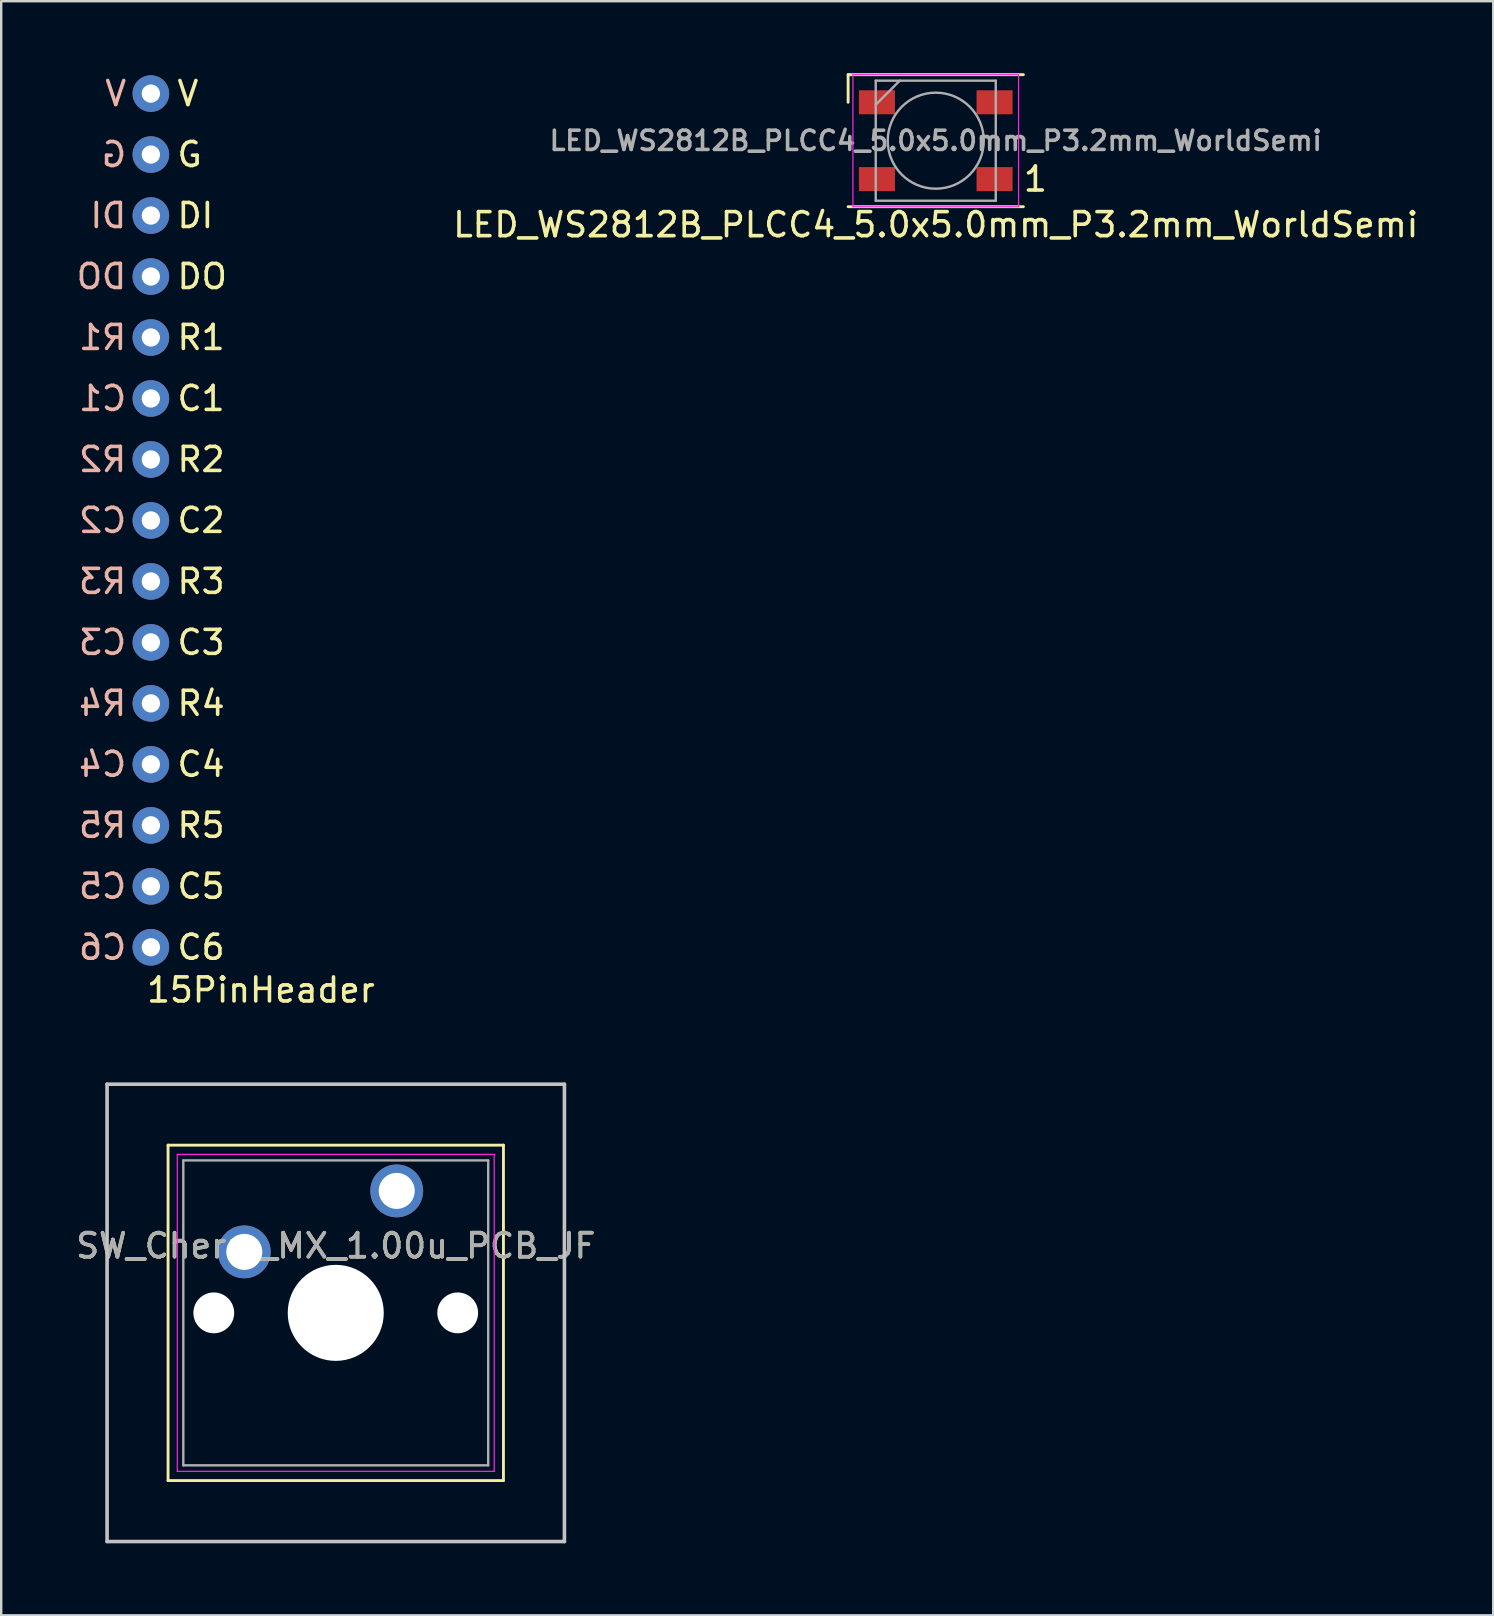
<source format=kicad_pcb>
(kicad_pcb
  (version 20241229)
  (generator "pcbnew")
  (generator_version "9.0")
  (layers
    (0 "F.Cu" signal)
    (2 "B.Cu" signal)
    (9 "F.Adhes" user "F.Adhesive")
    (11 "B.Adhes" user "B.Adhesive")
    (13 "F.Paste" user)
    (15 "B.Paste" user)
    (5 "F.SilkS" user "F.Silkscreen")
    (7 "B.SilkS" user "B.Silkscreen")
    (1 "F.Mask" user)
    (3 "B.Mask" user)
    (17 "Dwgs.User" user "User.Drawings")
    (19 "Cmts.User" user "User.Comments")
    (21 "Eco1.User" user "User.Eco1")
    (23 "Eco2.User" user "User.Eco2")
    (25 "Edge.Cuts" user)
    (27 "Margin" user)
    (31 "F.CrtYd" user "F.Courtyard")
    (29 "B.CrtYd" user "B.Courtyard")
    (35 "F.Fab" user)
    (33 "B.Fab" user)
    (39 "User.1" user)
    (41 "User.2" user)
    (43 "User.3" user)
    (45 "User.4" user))
  (footprint "SW_Cherry_MX_1.00u_PCB_JF"
    (layer "F.Cu")
    (at 10.935 51.635)
    (property "Reference" "SW_Cherry_MX_1.00u_PCB_JF" (at 0 -2.794 0) (layer "F.SilkS") (effects (font (size 1 1) (thickness 0.15))))
    (attr through_hole)
    (fp_line (start -6.985 -6.985) (end 6.985 -6.985) (stroke (width 0.12) (type solid)) (layer "F.SilkS"))
    (fp_line (start -6.985 6.985) (end -6.985 -6.985) (stroke (width 0.12) (type solid)) (layer "F.SilkS"))
    (fp_line (start 6.985 -6.985) (end 6.985 6.985) (stroke (width 0.12) (type solid)) (layer "F.SilkS"))
    (fp_line (start 6.985 6.985) (end -6.985 6.985) (stroke (width 0.12) (type solid)) (layer "F.SilkS"))
    (fp_line (start -9.525 -9.525) (end 9.525 -9.525) (stroke (width 0.15) (type solid)) (layer "Dwgs.User"))
    (fp_line (start -9.525 9.525) (end -9.525 -9.525) (stroke (width 0.15) (type solid)) (layer "Dwgs.User"))
    (fp_line (start 9.525 -9.525) (end 9.525 9.525) (stroke (width 0.15) (type solid)) (layer "Dwgs.User"))
    (fp_line (start 9.525 9.525) (end -9.525 9.525) (stroke (width 0.15) (type solid)) (layer "Dwgs.User"))
    (fp_line (start -6.6 -6.6) (end 6.6 -6.6) (stroke (width 0.05) (type solid)) (layer "F.CrtYd"))
    (fp_line (start -6.6 6.6) (end -6.6 -6.6) (stroke (width 0.05) (type solid)) (layer "F.CrtYd"))
    (fp_line (start 6.6 -6.6) (end 6.6 6.6) (stroke (width 0.05) (type solid)) (layer "F.CrtYd"))
    (fp_line (start 6.6 6.6) (end -6.6 6.6) (stroke (width 0.05) (type solid)) (layer "F.CrtYd"))
    (fp_line (start -6.35 -6.35) (end 6.35 -6.35) (stroke (width 0.1) (type solid)) (layer "F.Fab"))
    (fp_line (start -6.35 6.35) (end -6.35 -6.35) (stroke (width 0.1) (type solid)) (layer "F.Fab"))
    (fp_line (start 6.35 -6.35) (end 6.35 6.35) (stroke (width 0.1) (type solid)) (layer "F.Fab"))
    (fp_line (start 6.35 6.35) (end -6.35 6.35) (stroke (width 0.1) (type solid)) (layer "F.Fab"))
    (fp_text user "${REFERENCE}" (at 0 -2.794 0) (layer "F.Fab") (effects (font (size 1 1) (thickness 0.15))))
    (pad "" np_thru_hole circle (at -5.08 0) (size 1.7 1.7) (drill 1.7) (layers "*.Cu" "*.Mask"))
    (pad "" np_thru_hole circle (at 0 0) (size 4 4) (drill 4) (layers "*.Cu" "*.Mask"))
    (pad "" np_thru_hole circle (at 5.08 0) (size 1.7 1.7) (drill 1.7) (layers "*.Cu" "*.Mask"))
    (pad "1" thru_hole circle (at 2.54 -5.08) (size 2.2 2.2) (drill 1.5) (layers "*.Cu" "*.Mask"))
    (pad "2" thru_hole circle (at -3.81 -2.54) (size 2.2 2.2) (drill 1.5) (layers "*.Cu" "*.Mask")))
  (footprint "15PinHeader"
    (layer "F.Cu")
    (at 3.234 0.848)
    (property "Reference" "15PinHeader" (at -0.254 37.338 0) (layer "F.SilkS") (effects (font (size 1 1) (thickness 0.15)) (justify left)))
    (attr through_hole)
    (fp_text user "R2" (at 1.016 15.24 0) (layer "F.SilkS") (effects (font (size 1 1) (thickness 0.15)) (justify left)))
    (fp_text user "DI" (at 1.016 5.08 0) (layer "F.SilkS") (effects (font (size 1 1) (thickness 0.15)) (justify left)))
    (fp_text user "V" (at 1.016 0 0) (layer "F.SilkS") (effects (font (size 1 1) (thickness 0.15)) (justify left)))
    (fp_text user "C6" (at 1.016 35.56 0) (layer "F.SilkS") (effects (font (size 1 1) (thickness 0.15)) (justify left)))
    (fp_text user "C1" (at 1.016 12.7 0) (layer "F.SilkS") (effects (font (size 1 1) (thickness 0.15)) (justify left)))
    (fp_text user "R3" (at 1.016 20.32 0) (layer "F.SilkS") (effects (font (size 1 1) (thickness 0.15)) (justify left)))
    (fp_text user "C3" (at 1.016 22.86 0) (layer "F.SilkS") (effects (font (size 1 1) (thickness 0.15)) (justify left)))
    (fp_text user "G" (at 1.016 2.54 0) (layer "F.SilkS") (effects (font (size 1 1) (thickness 0.15)) (justify left)))
    (fp_text user "C5" (at 1.016 33.02 0) (layer "F.SilkS") (effects (font (size 1 1) (thickness 0.15)) (justify left)))
    (fp_text user "DO" (at 1.016 7.62 0) (layer "F.SilkS") (effects (font (size 1 1) (thickness 0.15)) (justify left)))
    (fp_text user "R4" (at 1.016 25.4 0) (layer "F.SilkS") (effects (font (size 1 1) (thickness 0.15)) (justify left)))
    (fp_text user "C2" (at 1.016 17.78 0) (layer "F.SilkS") (effects (font (size 1 1) (thickness 0.15)) (justify left)))
    (fp_text user "R5" (at 1.016 30.48 0) (layer "F.SilkS") (effects (font (size 1 1) (thickness 0.15)) (justify left)))
    (fp_text user "C4" (at 1.016 27.94 0) (layer "F.SilkS") (effects (font (size 1 1) (thickness 0.15)) (justify left)))
    (fp_text user "R1" (at 1.016 10.16 0) (layer "F.SilkS") (effects (font (size 1 1) (thickness 0.15)) (justify left)))
    (fp_text user "C1" (at -0.936 12.7 0) (layer "B.SilkS") (effects (font (size 1 1) (thickness 0.15)) (justify left mirror)))
    (fp_text user "V" (at -0.936 0 0) (layer "B.SilkS") (effects (font (size 1 1) (thickness 0.15)) (justify left mirror)))
    (fp_text user "C5" (at -0.936 33.02 0) (layer "B.SilkS") (effects (font (size 1 1) (thickness 0.15)) (justify left mirror)))
    (fp_text user "R3" (at -0.936 20.32 0) (layer "B.SilkS") (effects (font (size 1 1) (thickness 0.15)) (justify left mirror)))
    (fp_text user "R1" (at -0.936 10.16 0) (layer "B.SilkS") (effects (font (size 1 1) (thickness 0.15)) (justify left mirror)))
    (fp_text user "C2" (at -0.936 17.78 0) (layer "B.SilkS") (effects (font (size 1 1) (thickness 0.15)) (justify left mirror)))
    (fp_text user "DI" (at -0.936 5.08 0) (layer "B.SilkS") (effects (font (size 1 1) (thickness 0.15)) (justify left mirror)))
    (fp_text user "G" (at -0.936 2.54 0) (layer "B.SilkS") (effects (font (size 1 1) (thickness 0.15)) (justify left mirror)))
    (fp_text user "R2" (at -0.936 15.24 0) (layer "B.SilkS") (effects (font (size 1 1) (thickness 0.15)) (justify left mirror)))
    (fp_text user "C3" (at -0.936 22.86 0) (layer "B.SilkS") (effects (font (size 1 1) (thickness 0.15)) (justify left mirror)))
    (fp_text user "DO" (at -0.936 7.62 0) (layer "B.SilkS") (effects (font (size 1 1) (thickness 0.15)) (justify left mirror)))
    (fp_text user "C6" (at -0.936 35.56 0) (layer "B.SilkS") (effects (font (size 1 1) (thickness 0.15)) (justify left mirror)))
    (fp_text user "R5" (at -0.936 30.48 0) (layer "B.SilkS") (effects (font (size 1 1) (thickness 0.15)) (justify left mirror)))
    (fp_text user "C4" (at -0.936 27.94 0) (layer "B.SilkS") (effects (font (size 1 1) (thickness 0.15)) (justify left mirror)))
    (fp_text user "R4" (at -0.936 25.4 0) (layer "B.SilkS") (effects (font (size 1 1) (thickness 0.15)) (justify left mirror)))
    (pad "1" thru_hole circle (at 0 0) (size 1.524 1.524) (drill 0.762) (layers "*.Cu" "*.Mask"))
    (pad "2" thru_hole circle (at 0 2.54) (size 1.524 1.524) (drill 0.762) (layers "*.Cu" "*.Mask"))
    (pad "3" thru_hole circle (at 0 5.08) (size 1.524 1.524) (drill 0.762) (layers "*.Cu" "*.Mask"))
    (pad "4" thru_hole circle (at 0 7.62) (size 1.524 1.524) (drill 0.762) (layers "*.Cu" "*.Mask"))
    (pad "5" thru_hole circle (at 0 10.16) (size 1.524 1.524) (drill 0.762) (layers "*.Cu" "*.Mask"))
    (pad "6" thru_hole circle (at 0 12.7) (size 1.524 1.524) (drill 0.762) (layers "*.Cu" "*.Mask"))
    (pad "7" thru_hole circle (at 0 15.24) (size 1.524 1.524) (drill 0.762) (layers "*.Cu" "*.Mask"))
    (pad "8" thru_hole circle (at 0 17.78) (size 1.524 1.524) (drill 0.762) (layers "*.Cu" "*.Mask"))
    (pad "9" thru_hole circle (at 0 20.32) (size 1.524 1.524) (drill 0.762) (layers "*.Cu" "*.Mask"))
    (pad "10" thru_hole circle (at 0 22.86) (size 1.524 1.524) (drill 0.762) (layers "*.Cu" "*.Mask"))
    (pad "11" thru_hole circle (at 0 25.4) (size 1.524 1.524) (drill 0.762) (layers "*.Cu" "*.Mask"))
    (pad "12" thru_hole circle (at 0 27.94) (size 1.524 1.524) (drill 0.762) (layers "*.Cu" "*.Mask"))
    (pad "13" thru_hole circle (at 0 30.48) (size 1.524 1.524) (drill 0.762) (layers "*.Cu" "*.Mask"))
    (pad "14" thru_hole circle (at 0 33.02) (size 1.524 1.524) (drill 0.762) (layers "*.Cu" "*.Mask"))
    (pad "15" thru_hole circle (at 0 35.56) (size 1.524 1.524) (drill 0.762) (layers "*.Cu" "*.Mask")))
  (footprint "LED_WS2812B_PLCC4_5.0x5.0mm_P3.2mm_WorldSemi"
    (layer "F.Cu")
    (at 35.927 2.81)
    (property "Reference" "LED_WS2812B_PLCC4_5.0x5.0mm_P3.2mm_WorldSemi" (at 0 3.5 180) (layer "F.SilkS") (effects (font (size 1 1) (thickness 0.15))))
    (attr smd)
    (fp_line (start -3.65 -2.75) (end -3.65 -1.6) (stroke (width 0.12) (type solid)) (layer "F.SilkS"))
    (fp_line (start 3.65 -2.75) (end -3.65 -2.75) (stroke (width 0.12) (type solid)) (layer "F.SilkS"))
    (fp_line (start 3.65 2.75) (end -3.65 2.75) (stroke (width 0.12) (type solid)) (layer "F.SilkS"))
    (fp_line (start -3.45 -2.75) (end -3.45 2.75) (stroke (width 0.05) (type solid)) (layer "F.CrtYd"))
    (fp_line (start -3.45 2.75) (end 3.45 2.75) (stroke (width 0.05) (type solid)) (layer "F.CrtYd"))
    (fp_line (start 3.45 -2.75) (end -3.45 -2.75) (stroke (width 0.05) (type solid)) (layer "F.CrtYd"))
    (fp_line (start 3.45 2.75) (end 3.45 -2.75) (stroke (width 0.05) (type solid)) (layer "F.CrtYd"))
    (fp_line (start -2.5 -2.5) (end -2.5 2.5) (stroke (width 0.1) (type solid)) (layer "F.Fab"))
    (fp_line (start -2.5 -1.5) (end -1.5 -2.5) (stroke (width 0.1) (type solid)) (layer "F.Fab"))
    (fp_line (start -2.5 2.5) (end 2.5 2.5) (stroke (width 0.1) (type solid)) (layer "F.Fab"))
    (fp_line (start 2.5 -2.5) (end -2.5 -2.5) (stroke (width 0.1) (type solid)) (layer "F.Fab"))
    (fp_line (start 2.5 2.5) (end 2.5 -2.5) (stroke (width 0.1) (type solid)) (layer "F.Fab"))
    (fp_circle (center 0 0) (end 0 2) (stroke (width 0.1) (type solid)) (fill no) (layer "F.Fab"))
    (fp_text user "1" (at 4.15 1.6 180) (layer "F.SilkS") (effects (font (size 1 1) (thickness 0.15))))
    (fp_text user "${REFERENCE}" (at 0 0 180) (layer "F.Fab") (effects (font (size 0.8 0.8) (thickness 0.15))))
    (pad "1" smd rect (at 2.45 1.6 180) (size 1.5 1) (layers "F.Cu" "F.Mask" "F.Paste"))
    (pad "2" smd rect (at 2.45 -1.6 180) (size 1.5 1) (layers "F.Cu" "F.Mask" "F.Paste"))
    (pad "3" smd rect (at -2.45 -1.6 180) (size 1.5 1) (layers "F.Cu" "F.Mask" "F.Paste"))
    (pad "4" smd rect (at -2.45 1.6 180) (size 1.5 1) (layers "F.Cu" "F.Mask" "F.Paste")))
  (gr_rect
    (start -3 -3)
    (end 59.147 64.234)
    (stroke (width 0.1) (type default))
    (fill no)
    (layer "Edge.Cuts")))
</source>
